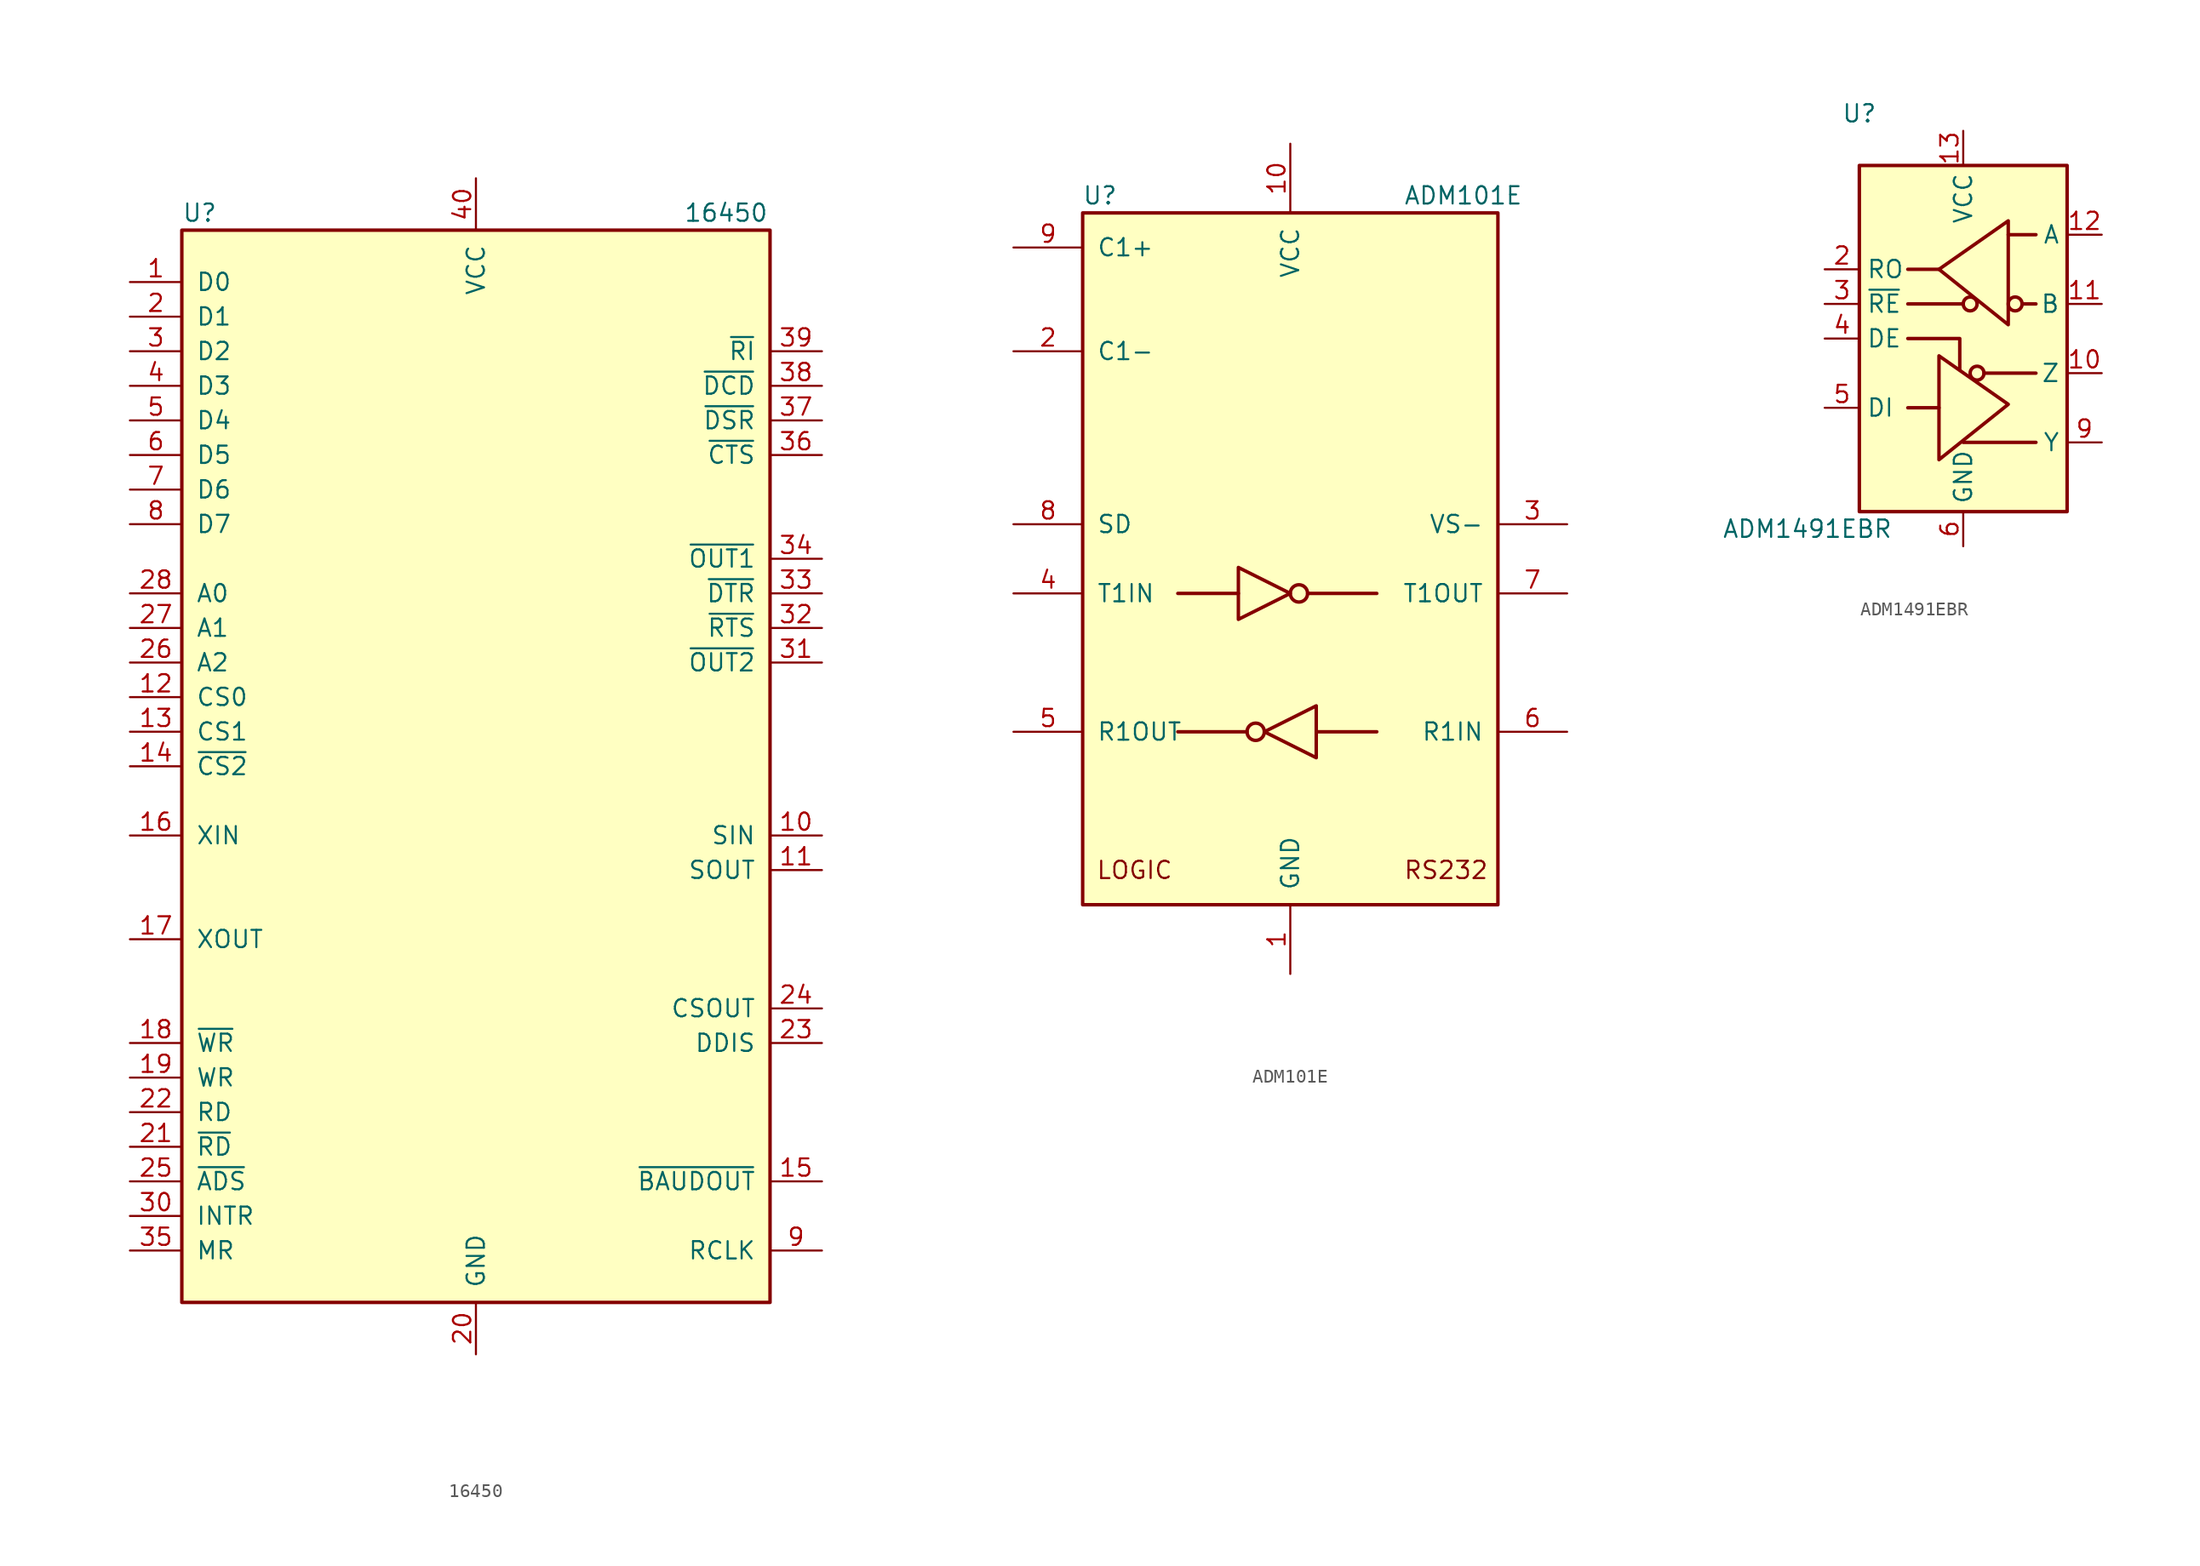
<source format=kicad_sym>
(kicad_symbol_lib
  (version 20201005)
  (generator kicad_symbol_editor)
  (symbol "16450"
    (pin_names
      (offset 1.016))
    (property "Reference" "U"
      (at -21.59 40.64 0)
      (effects (font (size 1.27 1.27)) (justify left)))
    (property "Value" "16450"
      (at 15.24 40.64 0)
      (effects (font (size 1.27 1.27)) (justify left)))
    (symbol "16450_0_1"
      (rectangle (start -21.59 -39.37) (end 21.59 39.37) (stroke (width 0.254)) (fill (type background))))
    (symbol "16450_1_1"
      (pin bidirectional line (at -25.4 35.56 0) (length 3.81) (name "D0" (effects (font (size 1.27 1.27)))) (number "1" (effects (font (size 1.27 1.27)))))
      (pin input line (at 25.4 -5.08 180) (length 3.81) (name "SIN" (effects (font (size 1.27 1.27)))) (number "10" (effects (font (size 1.27 1.27)))))
      (pin output line (at 25.4 -7.62 180) (length 3.81) (name "SOUT" (effects (font (size 1.27 1.27)))) (number "11" (effects (font (size 1.27 1.27)))))
      (pin input line (at -25.4 5.08 0) (length 3.81) (name "CS0" (effects (font (size 1.27 1.27)))) (number "12" (effects (font (size 1.27 1.27)))))
      (pin input line (at -25.4 2.54 0) (length 3.81) (name "CS1" (effects (font (size 1.27 1.27)))) (number "13" (effects (font (size 1.27 1.27)))))
      (pin input line (at -25.4 0 0) (length 3.81) (name "~CS2~" (effects (font (size 1.27 1.27)))) (number "14" (effects (font (size 1.27 1.27)))))
      (pin output line (at 25.4 -30.48 180) (length 3.81) (name "~BAUDOUT~" (effects (font (size 1.27 1.27)))) (number "15" (effects (font (size 1.27 1.27)))))
      (pin input line (at -25.4 -5.08 0) (length 3.81) (name "XIN" (effects (font (size 1.27 1.27)))) (number "16" (effects (font (size 1.27 1.27)))))
      (pin output line (at -25.4 -12.7 0) (length 3.81) (name "XOUT" (effects (font (size 1.27 1.27)))) (number "17" (effects (font (size 1.27 1.27)))))
      (pin input line (at -25.4 -20.32 0) (length 3.81) (name "~WR~" (effects (font (size 1.27 1.27)))) (number "18" (effects (font (size 1.27 1.27)))))
      (pin input line (at -25.4 -22.86 0) (length 3.81) (name "WR" (effects (font (size 1.27 1.27)))) (number "19" (effects (font (size 1.27 1.27)))))
      (pin bidirectional line (at -25.4 33.02 0) (length 3.81) (name "D1" (effects (font (size 1.27 1.27)))) (number "2" (effects (font (size 1.27 1.27)))))
      (pin power_in line (at 0 -43.18 90) (length 3.81) (name "GND" (effects (font (size 1.27 1.27)))) (number "20" (effects (font (size 1.27 1.27)))))
      (pin input line (at -25.4 -27.94 0) (length 3.81) (name "~RD~" (effects (font (size 1.27 1.27)))) (number "21" (effects (font (size 1.27 1.27)))))
      (pin input line (at -25.4 -25.4 0) (length 3.81) (name "RD" (effects (font (size 1.27 1.27)))) (number "22" (effects (font (size 1.27 1.27)))))
      (pin output line (at 25.4 -20.32 180) (length 3.81) (name "DDIS" (effects (font (size 1.27 1.27)))) (number "23" (effects (font (size 1.27 1.27)))))
      (pin output line (at 25.4 -17.78 180) (length 3.81) (name "CSOUT" (effects (font (size 1.27 1.27)))) (number "24" (effects (font (size 1.27 1.27)))))
      (pin input line (at -25.4 -30.48 0) (length 3.81) (name "~ADS~" (effects (font (size 1.27 1.27)))) (number "25" (effects (font (size 1.27 1.27)))))
      (pin input line (at -25.4 7.62 0) (length 3.81) (name "A2" (effects (font (size 1.27 1.27)))) (number "26" (effects (font (size 1.27 1.27)))))
      (pin input line (at -25.4 10.16 0) (length 3.81) (name "A1" (effects (font (size 1.27 1.27)))) (number "27" (effects (font (size 1.27 1.27)))))
      (pin input line (at -25.4 12.7 0) (length 3.81) (name "A0" (effects (font (size 1.27 1.27)))) (number "28" (effects (font (size 1.27 1.27)))))
      (pin bidirectional line (at -25.4 30.48 0) (length 3.81) (name "D2" (effects (font (size 1.27 1.27)))) (number "3" (effects (font (size 1.27 1.27)))))
      (pin output line (at -25.4 -33.02 0) (length 3.81) (name "INTR" (effects (font (size 1.27 1.27)))) (number "30" (effects (font (size 1.27 1.27)))))
      (pin output line (at 25.4 7.62 180) (length 3.81) (name "~OUT2~" (effects (font (size 1.27 1.27)))) (number "31" (effects (font (size 1.27 1.27)))))
      (pin output line (at 25.4 10.16 180) (length 3.81) (name "~RTS~" (effects (font (size 1.27 1.27)))) (number "32" (effects (font (size 1.27 1.27)))))
      (pin output line (at 25.4 12.7 180) (length 3.81) (name "~DTR~" (effects (font (size 1.27 1.27)))) (number "33" (effects (font (size 1.27 1.27)))))
      (pin output line (at 25.4 15.24 180) (length 3.81) (name "~OUT1~" (effects (font (size 1.27 1.27)))) (number "34" (effects (font (size 1.27 1.27)))))
      (pin input line (at -25.4 -35.56 0) (length 3.81) (name "MR" (effects (font (size 1.27 1.27)))) (number "35" (effects (font (size 1.27 1.27)))))
      (pin input line (at 25.4 22.86 180) (length 3.81) (name "~CTS~" (effects (font (size 1.27 1.27)))) (number "36" (effects (font (size 1.27 1.27)))))
      (pin input line (at 25.4 25.4 180) (length 3.81) (name "~DSR~" (effects (font (size 1.27 1.27)))) (number "37" (effects (font (size 1.27 1.27)))))
      (pin input line (at 25.4 27.94 180) (length 3.81) (name "~DCD~" (effects (font (size 1.27 1.27)))) (number "38" (effects (font (size 1.27 1.27)))))
      (pin input line (at 25.4 30.48 180) (length 3.81) (name "~RI~" (effects (font (size 1.27 1.27)))) (number "39" (effects (font (size 1.27 1.27)))))
      (pin bidirectional line (at -25.4 27.94 0) (length 3.81) (name "D3" (effects (font (size 1.27 1.27)))) (number "4" (effects (font (size 1.27 1.27)))))
      (pin power_in line (at 0 43.18 270) (length 3.81) (name "VCC" (effects (font (size 1.27 1.27)))) (number "40" (effects (font (size 1.27 1.27)))))
      (pin bidirectional line (at -25.4 25.4 0) (length 3.81) (name "D4" (effects (font (size 1.27 1.27)))) (number "5" (effects (font (size 1.27 1.27)))))
      (pin bidirectional line (at -25.4 22.86 0) (length 3.81) (name "D5" (effects (font (size 1.27 1.27)))) (number "6" (effects (font (size 1.27 1.27)))))
      (pin bidirectional line (at -25.4 20.32 0) (length 3.81) (name "D6" (effects (font (size 1.27 1.27)))) (number "7" (effects (font (size 1.27 1.27)))))
      (pin bidirectional line (at -25.4 17.78 0) (length 3.81) (name "D7" (effects (font (size 1.27 1.27)))) (number "8" (effects (font (size 1.27 1.27)))))
      (pin input line (at 25.4 -35.56 180) (length 3.81) (name "RCLK" (effects (font (size 1.27 1.27)))) (number "9" (effects (font (size 1.27 1.27)))))))
  (symbol "ADM101E"
    (pin_names
      (offset 1.016))
    (property "Reference" "U"
      (at -13.97 26.67 0)
      (effects (font (size 1.27 1.27))))
    (property "Value" "ADM101E"
      (at 12.7 26.67 0)
      (effects (font (size 1.27 1.27))))
    (symbol "ADM101E_0_0"
      (text "LOGIC" (at -11.43 -22.86 0) (effects (font (size 1.27 1.27))))
      (text "RS232" (at 11.43 -22.86 0) (effects (font (size 1.27 1.27)))))
    (symbol "ADM101E_0_1"
      (circle (center -2.54 -12.7) (radius 0.635) (stroke (width 0.254)) (fill (type none)))
      (circle (center 0.635 -2.54) (radius 0.635) (stroke (width 0.254)) (fill (type none)))
      (rectangle (start -15.24 -25.4) (end 15.24 25.4) (stroke (width 0.254)) (fill (type background)))
      (polyline (pts (xy -3.81 -2.54) (xy -8.255 -2.54)) (stroke (width 0.254)) (fill (type none)))
      (polyline (pts (xy -3.175 -12.7) (xy -8.255 -12.7)) (stroke (width 0.254)) (fill (type none)))
      (polyline (pts (xy 1.27 -2.54) (xy 6.35 -2.54)) (stroke (width 0.254)) (fill (type none)))
      (polyline (pts (xy 1.905 -12.7) (xy 6.35 -12.7)) (stroke (width 0.254)) (fill (type none)))
      (polyline (pts (xy -3.81 -0.635) (xy -3.81 -4.445) (xy 0 -2.54) (xy -3.81 -0.635)) (stroke (width 0.254)) (fill (type none)))
      (polyline (pts (xy 1.905 -10.795) (xy 1.905 -14.605) (xy -1.905 -12.7) (xy 1.905 -10.795)) (stroke (width 0.254)) (fill (type none))))
    (symbol "ADM101E_1_1"
      (pin power_in line (at 0 -30.48 90) (length 5.08) (name "GND" (effects (font (size 1.27 1.27)))) (number "1" (effects (font (size 1.27 1.27)))))
      (pin power_in line (at 0 30.48 270) (length 5.08) (name "VCC" (effects (font (size 1.27 1.27)))) (number "10" (effects (font (size 1.27 1.27)))))
      (pin passive line (at -20.32 15.24 0) (length 5.08) (name "C1-" (effects (font (size 1.27 1.27)))) (number "2" (effects (font (size 1.27 1.27)))))
      (pin power_out line (at 20.32 2.54 180) (length 5.08) (name "VS-" (effects (font (size 1.27 1.27)))) (number "3" (effects (font (size 1.27 1.27)))))
      (pin input line (at -20.32 -2.54 0) (length 5.08) (name "T1IN" (effects (font (size 1.27 1.27)))) (number "4" (effects (font (size 1.27 1.27)))))
      (pin output line (at -20.32 -12.7 0) (length 5.08) (name "R1OUT" (effects (font (size 1.27 1.27)))) (number "5" (effects (font (size 1.27 1.27)))))
      (pin input line (at 20.32 -12.7 180) (length 5.08) (name "R1IN" (effects (font (size 1.27 1.27)))) (number "6" (effects (font (size 1.27 1.27)))))
      (pin output line (at 20.32 -2.54 180) (length 5.08) (name "T1OUT" (effects (font (size 1.27 1.27)))) (number "7" (effects (font (size 1.27 1.27)))))
      (pin input line (at -20.32 2.54 0) (length 5.08) (name "SD" (effects (font (size 1.27 1.27)))) (number "8" (effects (font (size 1.27 1.27)))))
      (pin passive line (at -20.32 22.86 0) (length 5.08) (name "C1+" (effects (font (size 1.27 1.27)))) (number "9" (effects (font (size 1.27 1.27)))))))
  (symbol "ADM1491EBR"
    (property "Reference" "U"
      (at -7.62 16.51 0)
      (effects (font (size 1.27 1.27))))
    (property "Value" "ADM1491EBR"
      (at -11.43 -13.97 0)
      (effects (font (size 1.27 1.27))))
    (symbol "ADM1491EBR_0_1"
      (circle (center 1.016 -2.54) (radius 0.508) (stroke (width 0.254)) (fill (type none)))
      (rectangle (start -7.62 12.7) (end 7.62 -12.7) (stroke (width 0.254)) (fill (type background)))
      (polyline (pts (xy -4.064 2.54) (xy 0 2.54)) (stroke (width 0.254)) (fill (type none)))
      (polyline (pts (xy -1.778 -5.08) (xy -4.064 -5.08)) (stroke (width 0.254)) (fill (type none)))
      (polyline (pts (xy -1.778 5.08) (xy -4.064 5.08)) (stroke (width 0.254)) (fill (type none)))
      (polyline (pts (xy 0 -7.62) (xy 5.334 -7.62)) (stroke (width 0.254)) (fill (type none)))
      (polyline (pts (xy 1.524 -2.54) (xy 5.334 -2.54)) (stroke (width 0.254)) (fill (type none)))
      (polyline (pts (xy 3.302 7.62) (xy 5.334 7.62)) (stroke (width 0.254)) (fill (type none)))
      (polyline (pts (xy 4.318 2.54) (xy 5.334 2.54)) (stroke (width 0.254)) (fill (type none)))
      (polyline (pts (xy -4.064 0) (xy -0.254 0) (xy -0.254 -2.286)) (stroke (width 0.254)) (fill (type none)))
      (polyline (pts (xy -1.778 -5.08) (xy -1.778 -1.27) (xy 3.302 -4.826) (xy -1.778 -8.89) (xy -1.778 -5.08)) (stroke (width 0.254)) (fill (type none))))
    (symbol "ADM1491EBR_1_1"
      (circle (center 0.508 2.54) (radius 0.508) (stroke (width 0.254)) (fill (type none)))
      (circle (center 3.81 2.54) (radius 0.508) (stroke (width 0.254)) (fill (type none)))
      (polyline (pts (xy 3.302 4.826) (xy 3.302 8.636) (xy -1.778 5.08) (xy 3.302 1.016) (xy 3.302 4.826)) (stroke (width 0.254)) (fill (type none)))
      (pin no_connect line (at -7.62 -10.16 0) (length 2.54) hide (name "NC" (effects (font (size 1.27 1.27)))) (number "1" (effects (font (size 1.27 1.27)))))
      (pin output line (at 10.16 -2.54 180) (length 2.54) (name "Z" (effects (font (size 1.27 1.27)))) (number "10" (effects (font (size 1.27 1.27)))))
      (pin input line (at 10.16 2.54 180) (length 2.54) (name "B" (effects (font (size 1.27 1.27)))) (number "11" (effects (font (size 1.27 1.27)))))
      (pin input line (at 10.16 7.62 180) (length 2.54) (name "A" (effects (font (size 1.27 1.27)))) (number "12" (effects (font (size 1.27 1.27)))))
      (pin power_in line (at 0 15.24 270) (length 2.54) (name "VCC" (effects (font (size 1.27 1.27)))) (number "13" (effects (font (size 1.27 1.27)))))
      (pin passive line (at 0 15.24 270) (length 2.54) hide (name "VCC" (effects (font (size 1.27 1.27)))) (number "14" (effects (font (size 1.27 1.27)))))
      (pin output line (at -10.16 5.08 0) (length 2.54) (name "RO" (effects (font (size 1.27 1.27)))) (number "2" (effects (font (size 1.27 1.27)))))
      (pin input line (at -10.16 2.54 0) (length 2.54) (name "~RE" (effects (font (size 1.27 1.27)))) (number "3" (effects (font (size 1.27 1.27)))))
      (pin input line (at -10.16 0 0) (length 2.54) (name "DE" (effects (font (size 1.27 1.27)))) (number "4" (effects (font (size 1.27 1.27)))))
      (pin input line (at -10.16 -5.08 0) (length 2.54) (name "DI" (effects (font (size 1.27 1.27)))) (number "5" (effects (font (size 1.27 1.27)))))
      (pin power_in line (at 0 -15.24 90) (length 2.54) (name "GND" (effects (font (size 1.27 1.27)))) (number "6" (effects (font (size 1.27 1.27)))))
      (pin passive line (at 0 -15.24 90) (length 2.54) hide (name "GND" (effects (font (size 1.27 1.27)))) (number "7" (effects (font (size 1.27 1.27)))))
      (pin no_connect line (at -7.62 -7.62 0) (length 2.54) hide (name "NC" (effects (font (size 1.27 1.27)))) (number "8" (effects (font (size 1.27 1.27)))))
      (pin output line (at 10.16 -7.62 180) (length 2.54) (name "Y" (effects (font (size 1.27 1.27)))) (number "9" (effects (font (size 1.27 1.27))))))))
</source>
